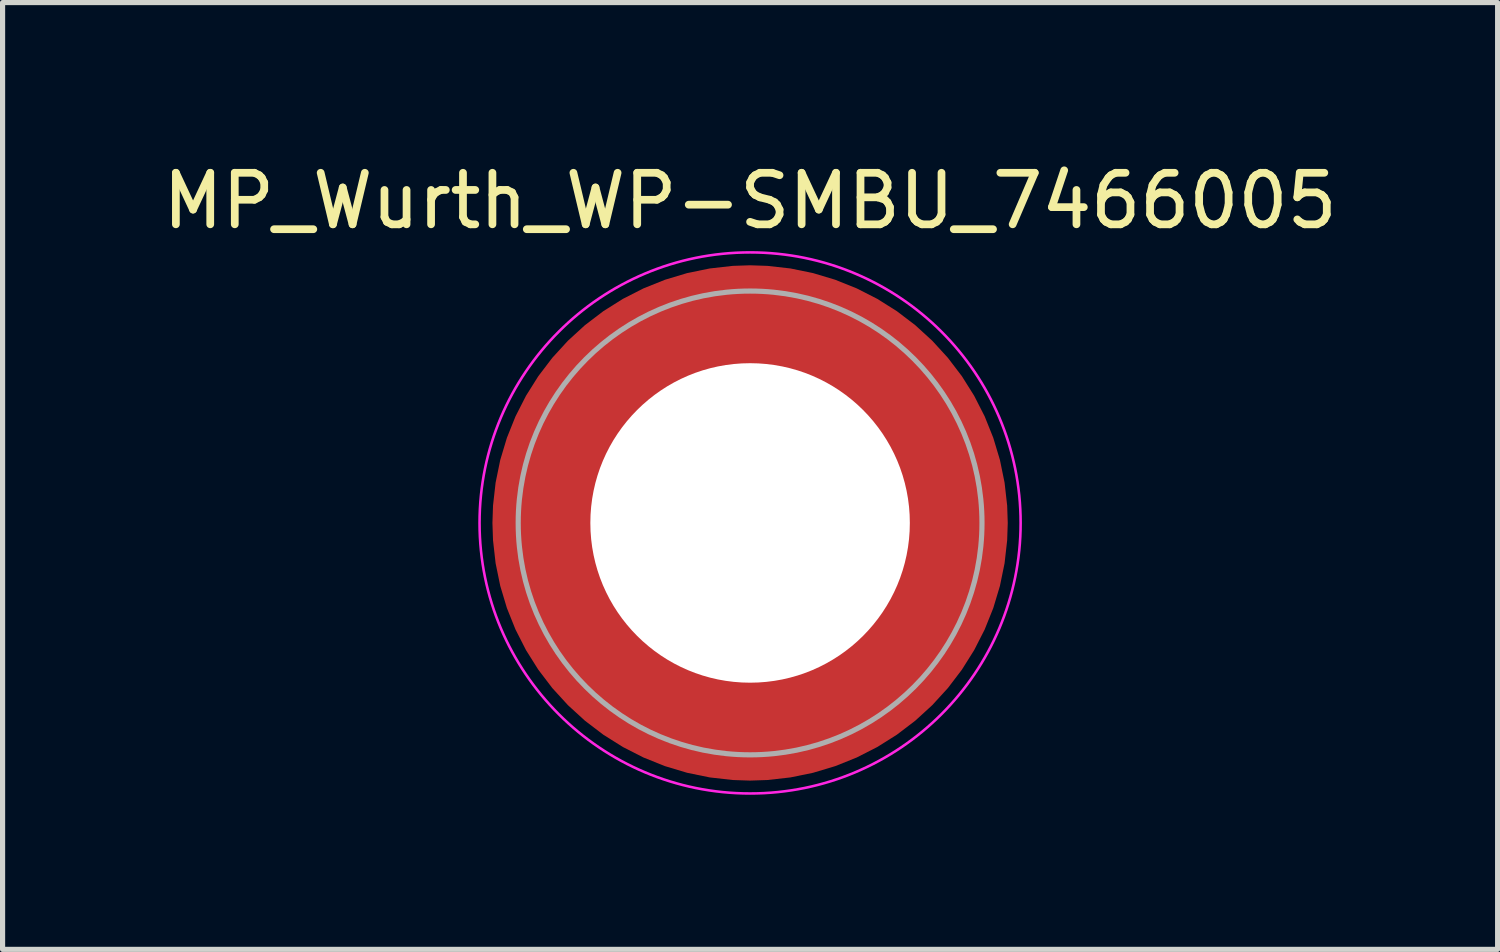
<source format=kicad_pcb>
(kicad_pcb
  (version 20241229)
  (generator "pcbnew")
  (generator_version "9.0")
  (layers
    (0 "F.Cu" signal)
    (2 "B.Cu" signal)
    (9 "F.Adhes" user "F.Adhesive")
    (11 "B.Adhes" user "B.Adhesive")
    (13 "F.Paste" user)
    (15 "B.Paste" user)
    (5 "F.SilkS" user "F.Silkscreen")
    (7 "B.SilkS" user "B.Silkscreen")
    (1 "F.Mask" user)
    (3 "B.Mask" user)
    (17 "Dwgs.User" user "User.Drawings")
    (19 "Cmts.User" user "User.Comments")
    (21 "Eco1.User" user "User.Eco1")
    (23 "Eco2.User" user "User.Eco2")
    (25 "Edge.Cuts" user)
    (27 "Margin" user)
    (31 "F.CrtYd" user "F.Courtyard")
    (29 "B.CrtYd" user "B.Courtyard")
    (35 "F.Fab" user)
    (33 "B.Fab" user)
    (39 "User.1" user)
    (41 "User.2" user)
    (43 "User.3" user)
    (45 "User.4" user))
  (footprint "MP_Wurth_WP-SMBU_7466005"
    (layer "F.Cu")
    (at 11.506 7.098)
    (property "Reference" "MP_Wurth_WP-SMBU_7466005" (at 0 -6.25 0) (unlocked yes) (layer "F.SilkS") (effects (font (size 1 1) (thickness 0.15))))
    (attr smd)
    (fp_poly (pts (xy -3.201 0.524) (xy -3.196 0.554) (xy -3.19 0.586) (xy -3.185 0.618) (xy -3.178 0.65) (xy -3.171 0.688) (xy -3.162 0.724) (xy -3.162 0.725) (xy -3.154 0.762) (xy -3.147 0.792) (xy -3.137 0.827) (xy -3.137 0.827) (xy -3.127 0.868) (xy -3.115 0.907) (xy -3.105 0.941) (xy -3.092 0.982) (xy -3.08 1.022) (xy -3.068 1.052) (xy -3.068 1.052) (xy -3.058 1.083) (xy -3.045 1.123) (xy -3.031 1.158) (xy -3.031 1.158) (xy -3.017 1.195) (xy -3.004 1.23) (xy -2.987 1.268) (xy -2.969 1.307) (xy -2.969 1.307) (xy -2.952 1.346) (xy -2.933 1.39) (xy -2.913 1.43) (xy -2.893 1.469) (xy -2.868 1.517) (xy -2.84 1.568) (xy -2.814 1.616) (xy -2.791 1.653) (xy -2.791 1.654) (xy -2.777 1.68) (xy -2.761 1.703) (xy -2.74 1.736) (xy -2.71 1.783) (xy -2.681 1.83) (xy -2.638 1.887) (xy -2.637 1.887) (xy -2.599 1.945) (xy -2.56 1.991) (xy -2.56 1.991) (xy -2.532 2.028) (xy -2.501 2.066) (xy -2.473 2.1) (xy -2.442 2.135) (xy -2.422 2.159) (xy -2.394 2.189) (xy -2.369 2.216) (xy -2.346 2.241) (xy -2.319 2.268) (xy -2.286 2.302) (xy -2.264 2.323) (xy -2.236 2.351) (xy -2.202 2.382) (xy -2.176 2.407) (xy -2.144 2.437) (xy -2.123 2.452) (xy -2.123 2.453) (xy -2.104 2.469) (xy -2.104 2.469) (xy -2.083 2.488) (xy -2.06 2.507) (xy -2.026 2.534) (xy -1.987 2.564) (xy -1.987 2.564) (xy -1.935 2.607) (xy -1.885 2.642) (xy -1.822 2.685) (xy -1.746 2.733) (xy -1.746 2.733) (xy -1.696 2.765) (xy -1.648 2.795) (xy -1.604 2.82) (xy -1.555 2.846) (xy -1.554 2.846) (xy -1.519 2.868) (xy -1.468 2.891) (xy -1.467 2.892) (xy -1.407 2.925) (xy -1.345 2.951) (xy -1.345 2.951) (xy -1.289 2.976) (xy -1.249 2.996) (xy -1.212 3.01) (xy -1.174 3.025) (xy -1.143 3.036) (xy -1.107 3.05) (xy -1.069 3.062) (xy -1.069 3.062) (xy -1.037 3.073) (xy -1.037 3.073) (xy -1.005 3.085) (xy -0.934 3.107) (xy -0.882 3.121) (xy -0.841 3.132) (xy -0.84 3.132) (xy -0.8 3.144) (xy -0.756 3.156) (xy -0.709 3.165) (xy -0.709 3.165) (xy -0.66 3.176) (xy -0.607 3.188) (xy -0.561 3.194) (xy -0.561 3.194) (xy -0.52 3.202) (xy -0.495 3.206) (xy -0.495 4.875) (xy -0.533 4.875) (xy -0.533 4.875) (xy -0.576 4.871) (xy -0.576 4.871) (xy -0.628 4.864) (xy -0.675 4.858) (xy -0.721 4.851) (xy -0.758 4.846) (xy -0.758 4.846) (xy -0.788 4.841) (xy -0.823 4.834) (xy -0.862 4.827) (xy -0.901 4.821) (xy -0.95 4.812) (xy -1.02 4.798) (xy -1.02 4.798) (xy -1.092 4.781) (xy -1.151 4.768) (xy -1.151 4.768) (xy -1.217 4.751) (xy -1.287 4.733) (xy -1.287 4.733) (xy -1.34 4.717) (xy -1.507 4.667) (xy -1.583 4.643) (xy -1.583 4.643) (xy -1.669 4.613) (xy -1.67 4.613) (xy -1.756 4.578) (xy -1.828 4.549) (xy -1.906 4.519) (xy -1.906 4.519) (xy -1.986 4.483) (xy -2.057 4.453) (xy -2.057 4.453) (xy -2.278 4.347) (xy -2.278 4.347) (xy -2.42 4.266) (xy -2.577 4.173) (xy -2.577 4.173) (xy -2.705 4.094) (xy -2.705 4.094) (xy -2.849 3.994) (xy -2.849 3.994) (xy -2.998 3.878) (xy -3.153 3.757) (xy -3.153 3.757) (xy -3.398 3.537) (xy -3.399 3.537) (xy -3.682 3.237) (xy -3.682 3.237) (xy -3.896 2.977) (xy -3.896 2.976) (xy -4.08 2.717) (xy -4.081 2.716) (xy -4.277 2.393) (xy -4.277 2.393) (xy -4.446 2.075) (xy -4.447 2.074) (xy -4.588 1.739) (xy -4.588 1.739) (xy -4.687 1.451) (xy -4.688 1.451) (xy -4.786 1.075) (xy -4.786 1.075) (xy -4.849 0.743) (xy -4.849 0.743) (xy -4.872 0.549) (xy -4.872 0.549) (xy -4.875 0.495) (xy -3.206 0.495)) (stroke (width 0) (type default)) (fill yes) (layer "F.Paste"))
    (fp_poly (pts (xy -0.495 -3.206) (xy -0.524 -3.201) (xy -0.554 -3.196) (xy -0.586 -3.19) (xy -0.618 -3.185) (xy -0.65 -3.178) (xy -0.688 -3.171) (xy -0.724 -3.162) (xy -0.725 -3.162) (xy -0.762 -3.154) (xy -0.792 -3.147) (xy -0.827 -3.137) (xy -0.827 -3.137) (xy -0.868 -3.127) (xy -0.907 -3.115) (xy -0.941 -3.105) (xy -0.982 -3.092) (xy -1.022 -3.08) (xy -1.052 -3.068) (xy -1.052 -3.068) (xy -1.083 -3.058) (xy -1.123 -3.045) (xy -1.158 -3.031) (xy -1.158 -3.031) (xy -1.195 -3.017) (xy -1.23 -3.004) (xy -1.268 -2.987) (xy -1.307 -2.969) (xy -1.307 -2.969) (xy -1.346 -2.952) (xy -1.39 -2.933) (xy -1.43 -2.913) (xy -1.469 -2.893) (xy -1.517 -2.868) (xy -1.568 -2.84) (xy -1.616 -2.814) (xy -1.653 -2.791) (xy -1.654 -2.791) (xy -1.68 -2.777) (xy -1.703 -2.761) (xy -1.736 -2.74) (xy -1.783 -2.71) (xy -1.83 -2.681) (xy -1.887 -2.638) (xy -1.887 -2.637) (xy -1.945 -2.599) (xy -1.991 -2.56) (xy -1.991 -2.56) (xy -2.028 -2.532) (xy -2.066 -2.501) (xy -2.1 -2.473) (xy -2.135 -2.442) (xy -2.159 -2.422) (xy -2.189 -2.394) (xy -2.216 -2.369) (xy -2.241 -2.346) (xy -2.268 -2.319) (xy -2.302 -2.286) (xy -2.323 -2.264) (xy -2.351 -2.236) (xy -2.382 -2.202) (xy -2.407 -2.176) (xy -2.437 -2.144) (xy -2.452 -2.123) (xy -2.453 -2.123) (xy -2.469 -2.104) (xy -2.469 -2.104) (xy -2.488 -2.083) (xy -2.507 -2.06) (xy -2.534 -2.026) (xy -2.564 -1.987) (xy -2.564 -1.987) (xy -2.607 -1.935) (xy -2.642 -1.885) (xy -2.685 -1.822) (xy -2.733 -1.746) (xy -2.733 -1.746) (xy -2.765 -1.696) (xy -2.795 -1.648) (xy -2.82 -1.604) (xy -2.846 -1.555) (xy -2.846 -1.554) (xy -2.868 -1.519) (xy -2.891 -1.468) (xy -2.892 -1.467) (xy -2.925 -1.407) (xy -2.951 -1.345) (xy -2.951 -1.345) (xy -2.976 -1.289) (xy -2.996 -1.249) (xy -3.01 -1.212) (xy -3.025 -1.174) (xy -3.036 -1.143) (xy -3.05 -1.107) (xy -3.062 -1.069) (xy -3.062 -1.069) (xy -3.073 -1.037) (xy -3.073 -1.037) (xy -3.085 -1.005) (xy -3.107 -0.934) (xy -3.121 -0.882) (xy -3.132 -0.841) (xy -3.132 -0.84) (xy -3.144 -0.8) (xy -3.156 -0.756) (xy -3.165 -0.709) (xy -3.165 -0.709) (xy -3.176 -0.66) (xy -3.188 -0.607) (xy -3.194 -0.561) (xy -3.194 -0.561) (xy -3.202 -0.52) (xy -3.206 -0.495) (xy -4.875 -0.495) (xy -4.875 -0.533) (xy -4.875 -0.533) (xy -4.871 -0.576) (xy -4.871 -0.576) (xy -4.864 -0.628) (xy -4.858 -0.675) (xy -4.851 -0.721) (xy -4.846 -0.758) (xy -4.846 -0.758) (xy -4.841 -0.788) (xy -4.834 -0.823) (xy -4.827 -0.862) (xy -4.821 -0.901) (xy -4.812 -0.95) (xy -4.798 -1.02) (xy -4.798 -1.02) (xy -4.781 -1.092) (xy -4.768 -1.151) (xy -4.768 -1.151) (xy -4.751 -1.217) (xy -4.733 -1.287) (xy -4.733 -1.287) (xy -4.717 -1.34) (xy -4.667 -1.507) (xy -4.643 -1.583) (xy -4.643 -1.583) (xy -4.613 -1.669) (xy -4.613 -1.67) (xy -4.578 -1.756) (xy -4.549 -1.828) (xy -4.519 -1.906) (xy -4.519 -1.906) (xy -4.483 -1.986) (xy -4.453 -2.057) (xy -4.453 -2.057) (xy -4.347 -2.278) (xy -4.347 -2.278) (xy -4.266 -2.42) (xy -4.173 -2.577) (xy -4.173 -2.577) (xy -4.094 -2.705) (xy -4.094 -2.705) (xy -3.994 -2.849) (xy -3.994 -2.849) (xy -3.878 -2.998) (xy -3.757 -3.153) (xy -3.757 -3.153) (xy -3.537 -3.398) (xy -3.537 -3.399) (xy -3.237 -3.682) (xy -3.237 -3.682) (xy -2.977 -3.896) (xy -2.976 -3.896) (xy -2.717 -4.08) (xy -2.716 -4.081) (xy -2.393 -4.277) (xy -2.393 -4.277) (xy -2.075 -4.446) (xy -2.074 -4.447) (xy -1.739 -4.588) (xy -1.739 -4.588) (xy -1.451 -4.687) (xy -1.451 -4.688) (xy -1.075 -4.786) (xy -1.075 -4.786) (xy -0.743 -4.849) (xy -0.743 -4.849) (xy -0.549 -4.872) (xy -0.549 -4.872) (xy -0.495 -4.875)) (stroke (width 0) (type default)) (fill yes) (layer "F.Paste"))
    (fp_poly (pts (xy 0.533 -4.875) (xy 0.533 -4.875) (xy 0.576 -4.871) (xy 0.576 -4.871) (xy 0.628 -4.864) (xy 0.675 -4.858) (xy 0.721 -4.851) (xy 0.758 -4.846) (xy 0.758 -4.846) (xy 0.788 -4.841) (xy 0.823 -4.834) (xy 0.862 -4.827) (xy 0.901 -4.821) (xy 0.95 -4.812) (xy 1.02 -4.798) (xy 1.02 -4.798) (xy 1.092 -4.781) (xy 1.151 -4.768) (xy 1.151 -4.768) (xy 1.217 -4.751) (xy 1.287 -4.733) (xy 1.287 -4.733) (xy 1.34 -4.717) (xy 1.507 -4.667) (xy 1.583 -4.643) (xy 1.583 -4.643) (xy 1.669 -4.613) (xy 1.67 -4.613) (xy 1.756 -4.578) (xy 1.828 -4.549) (xy 1.906 -4.519) (xy 1.906 -4.519) (xy 1.986 -4.483) (xy 2.057 -4.453) (xy 2.057 -4.453) (xy 2.278 -4.347) (xy 2.278 -4.347) (xy 2.42 -4.266) (xy 2.577 -4.173) (xy 2.577 -4.173) (xy 2.705 -4.094) (xy 2.705 -4.094) (xy 2.849 -3.994) (xy 2.849 -3.994) (xy 2.998 -3.878) (xy 3.153 -3.757) (xy 3.153 -3.757) (xy 3.398 -3.537) (xy 3.399 -3.537) (xy 3.682 -3.237) (xy 3.682 -3.237) (xy 3.896 -2.977) (xy 3.896 -2.976) (xy 4.08 -2.717) (xy 4.081 -2.716) (xy 4.277 -2.393) (xy 4.277 -2.393) (xy 4.446 -2.075) (xy 4.447 -2.074) (xy 4.588 -1.739) (xy 4.588 -1.739) (xy 4.687 -1.451) (xy 4.688 -1.451) (xy 4.786 -1.075) (xy 4.786 -1.075) (xy 4.849 -0.743) (xy 4.849 -0.743) (xy 4.872 -0.549) (xy 4.872 -0.549) (xy 4.875 -0.495) (xy 3.206 -0.495) (xy 3.201 -0.524) (xy 3.196 -0.554) (xy 3.19 -0.586) (xy 3.185 -0.618) (xy 3.178 -0.65) (xy 3.171 -0.688) (xy 3.162 -0.724) (xy 3.162 -0.725) (xy 3.154 -0.762) (xy 3.147 -0.792) (xy 3.137 -0.827) (xy 3.137 -0.827) (xy 3.127 -0.868) (xy 3.115 -0.907) (xy 3.105 -0.941) (xy 3.092 -0.982) (xy 3.08 -1.022) (xy 3.068 -1.052) (xy 3.068 -1.052) (xy 3.058 -1.083) (xy 3.045 -1.123) (xy 3.031 -1.158) (xy 3.031 -1.158) (xy 3.017 -1.195) (xy 3.004 -1.23) (xy 2.987 -1.268) (xy 2.969 -1.307) (xy 2.969 -1.307) (xy 2.952 -1.346) (xy 2.933 -1.39) (xy 2.913 -1.43) (xy 2.893 -1.469) (xy 2.868 -1.517) (xy 2.84 -1.568) (xy 2.814 -1.616) (xy 2.791 -1.653) (xy 2.791 -1.654) (xy 2.777 -1.68) (xy 2.761 -1.703) (xy 2.74 -1.736) (xy 2.71 -1.783) (xy 2.681 -1.83) (xy 2.638 -1.887) (xy 2.637 -1.887) (xy 2.599 -1.945) (xy 2.56 -1.991) (xy 2.56 -1.991) (xy 2.532 -2.028) (xy 2.501 -2.066) (xy 2.473 -2.1) (xy 2.442 -2.135) (xy 2.422 -2.159) (xy 2.394 -2.189) (xy 2.369 -2.216) (xy 2.346 -2.241) (xy 2.319 -2.268) (xy 2.286 -2.302) (xy 2.264 -2.323) (xy 2.236 -2.351) (xy 2.202 -2.382) (xy 2.176 -2.407) (xy 2.144 -2.437) (xy 2.123 -2.452) (xy 2.123 -2.453) (xy 2.104 -2.469) (xy 2.104 -2.469) (xy 2.083 -2.488) (xy 2.06 -2.507) (xy 2.026 -2.534) (xy 1.987 -2.564) (xy 1.987 -2.564) (xy 1.935 -2.607) (xy 1.885 -2.642) (xy 1.822 -2.685) (xy 1.746 -2.733) (xy 1.746 -2.733) (xy 1.696 -2.765) (xy 1.648 -2.795) (xy 1.604 -2.82) (xy 1.555 -2.846) (xy 1.554 -2.846) (xy 1.519 -2.868) (xy 1.468 -2.891) (xy 1.467 -2.892) (xy 1.407 -2.925) (xy 1.345 -2.951) (xy 1.345 -2.951) (xy 1.289 -2.976) (xy 1.249 -2.996) (xy 1.212 -3.01) (xy 1.174 -3.025) (xy 1.143 -3.036) (xy 1.107 -3.05) (xy 1.069 -3.062) (xy 1.069 -3.062) (xy 1.037 -3.073) (xy 1.037 -3.073) (xy 1.005 -3.085) (xy 0.934 -3.107) (xy 0.882 -3.121) (xy 0.841 -3.132) (xy 0.84 -3.132) (xy 0.8 -3.144) (xy 0.756 -3.156) (xy 0.709 -3.165) (xy 0.709 -3.165) (xy 0.66 -3.176) (xy 0.607 -3.188) (xy 0.561 -3.194) (xy 0.561 -3.194) (xy 0.52 -3.202) (xy 0.495 -3.206) (xy 0.495 -4.875)) (stroke (width 0) (type default)) (fill yes) (layer "F.Paste"))
    (fp_poly (pts (xy 4.875 0.533) (xy 4.875 0.533) (xy 4.871 0.576) (xy 4.871 0.576) (xy 4.864 0.628) (xy 4.858 0.675) (xy 4.851 0.721) (xy 4.846 0.758) (xy 4.846 0.758) (xy 4.841 0.788) (xy 4.834 0.823) (xy 4.827 0.862) (xy 4.821 0.901) (xy 4.812 0.95) (xy 4.798 1.02) (xy 4.798 1.02) (xy 4.781 1.092) (xy 4.768 1.151) (xy 4.768 1.151) (xy 4.751 1.217) (xy 4.733 1.287) (xy 4.733 1.287) (xy 4.717 1.34) (xy 4.667 1.507) (xy 4.643 1.583) (xy 4.643 1.583) (xy 4.613 1.669) (xy 4.613 1.67) (xy 4.578 1.756) (xy 4.549 1.828) (xy 4.519 1.906) (xy 4.519 1.906) (xy 4.483 1.986) (xy 4.453 2.057) (xy 4.453 2.057) (xy 4.347 2.278) (xy 4.347 2.278) (xy 4.266 2.42) (xy 4.173 2.577) (xy 4.173 2.577) (xy 4.094 2.705) (xy 4.094 2.705) (xy 3.994 2.849) (xy 3.994 2.849) (xy 3.878 2.998) (xy 3.757 3.153) (xy 3.757 3.153) (xy 3.537 3.398) (xy 3.537 3.399) (xy 3.237 3.682) (xy 3.237 3.682) (xy 2.977 3.896) (xy 2.976 3.896) (xy 2.717 4.08) (xy 2.716 4.081) (xy 2.393 4.277) (xy 2.393 4.277) (xy 2.075 4.446) (xy 2.074 4.447) (xy 1.739 4.588) (xy 1.739 4.588) (xy 1.451 4.687) (xy 1.451 4.688) (xy 1.075 4.786) (xy 1.075 4.786) (xy 0.743 4.849) (xy 0.743 4.849) (xy 0.549 4.872) (xy 0.549 4.872) (xy 0.495 4.875) (xy 0.495 3.206) (xy 0.524 3.201) (xy 0.554 3.196) (xy 0.586 3.19) (xy 0.618 3.185) (xy 0.65 3.178) (xy 0.688 3.171) (xy 0.724 3.162) (xy 0.725 3.162) (xy 0.762 3.154) (xy 0.792 3.147) (xy 0.827 3.137) (xy 0.827 3.137) (xy 0.868 3.127) (xy 0.907 3.115) (xy 0.941 3.105) (xy 0.982 3.092) (xy 1.022 3.08) (xy 1.052 3.068) (xy 1.052 3.068) (xy 1.083 3.058) (xy 1.123 3.045) (xy 1.158 3.031) (xy 1.158 3.031) (xy 1.195 3.017) (xy 1.23 3.004) (xy 1.268 2.987) (xy 1.307 2.969) (xy 1.307 2.969) (xy 1.346 2.952) (xy 1.39 2.933) (xy 1.43 2.913) (xy 1.469 2.893) (xy 1.517 2.868) (xy 1.568 2.84) (xy 1.616 2.814) (xy 1.653 2.791) (xy 1.654 2.791) (xy 1.68 2.777) (xy 1.703 2.761) (xy 1.736 2.74) (xy 1.783 2.71) (xy 1.83 2.681) (xy 1.887 2.638) (xy 1.887 2.637) (xy 1.945 2.599) (xy 1.991 2.56) (xy 1.991 2.56) (xy 2.028 2.532) (xy 2.066 2.501) (xy 2.1 2.473) (xy 2.135 2.442) (xy 2.159 2.422) (xy 2.189 2.394) (xy 2.216 2.369) (xy 2.241 2.346) (xy 2.268 2.319) (xy 2.302 2.286) (xy 2.323 2.264) (xy 2.351 2.236) (xy 2.382 2.202) (xy 2.407 2.176) (xy 2.437 2.144) (xy 2.452 2.123) (xy 2.453 2.123) (xy 2.469 2.104) (xy 2.469 2.104) (xy 2.488 2.083) (xy 2.507 2.06) (xy 2.534 2.026) (xy 2.564 1.987) (xy 2.564 1.987) (xy 2.607 1.935) (xy 2.642 1.885) (xy 2.685 1.822) (xy 2.733 1.746) (xy 2.733 1.746) (xy 2.765 1.696) (xy 2.795 1.648) (xy 2.82 1.604) (xy 2.846 1.555) (xy 2.846 1.554) (xy 2.868 1.519) (xy 2.891 1.468) (xy 2.892 1.467) (xy 2.925 1.407) (xy 2.951 1.345) (xy 2.951 1.345) (xy 2.976 1.289) (xy 2.996 1.249) (xy 3.01 1.212) (xy 3.025 1.174) (xy 3.036 1.143) (xy 3.05 1.107) (xy 3.062 1.069) (xy 3.062 1.069) (xy 3.073 1.037) (xy 3.073 1.037) (xy 3.085 1.005) (xy 3.107 0.934) (xy 3.121 0.882) (xy 3.132 0.841) (xy 3.132 0.84) (xy 3.144 0.8) (xy 3.156 0.756) (xy 3.165 0.709) (xy 3.165 0.709) (xy 3.176 0.66) (xy 3.188 0.607) (xy 3.194 0.561) (xy 3.194 0.561) (xy 3.202 0.52) (xy 3.206 0.495) (xy 4.875 0.495)) (stroke (width 0) (type default)) (fill yes) (layer "F.Paste"))
    (fp_circle (center 0 0) (end 5.25 0) (stroke (width 0.05) (type solid)) (fill no) (layer "F.CrtYd"))
    (fp_circle (center 0 0) (end 4.5 0) (stroke (width 0.1) (type solid)) (fill no) (layer "F.Fab"))
    (pad "" np_thru_hole circle (at 0 0) (size 6.2 6.2) (drill 6.2) (layers "*.Cu" "*.Mask"))
    (pad "1" smd roundrect (at 0 0) (size 10 10) (layers "F.Cu" "F.Mask") (roundrect_rratio 0.5)))
  (gr_rect
    (start -3 -3)
    (end 26.012 15.373)
    (stroke (width 0.1) (type default))
    (fill no)
    (layer "Edge.Cuts")))
</source>
